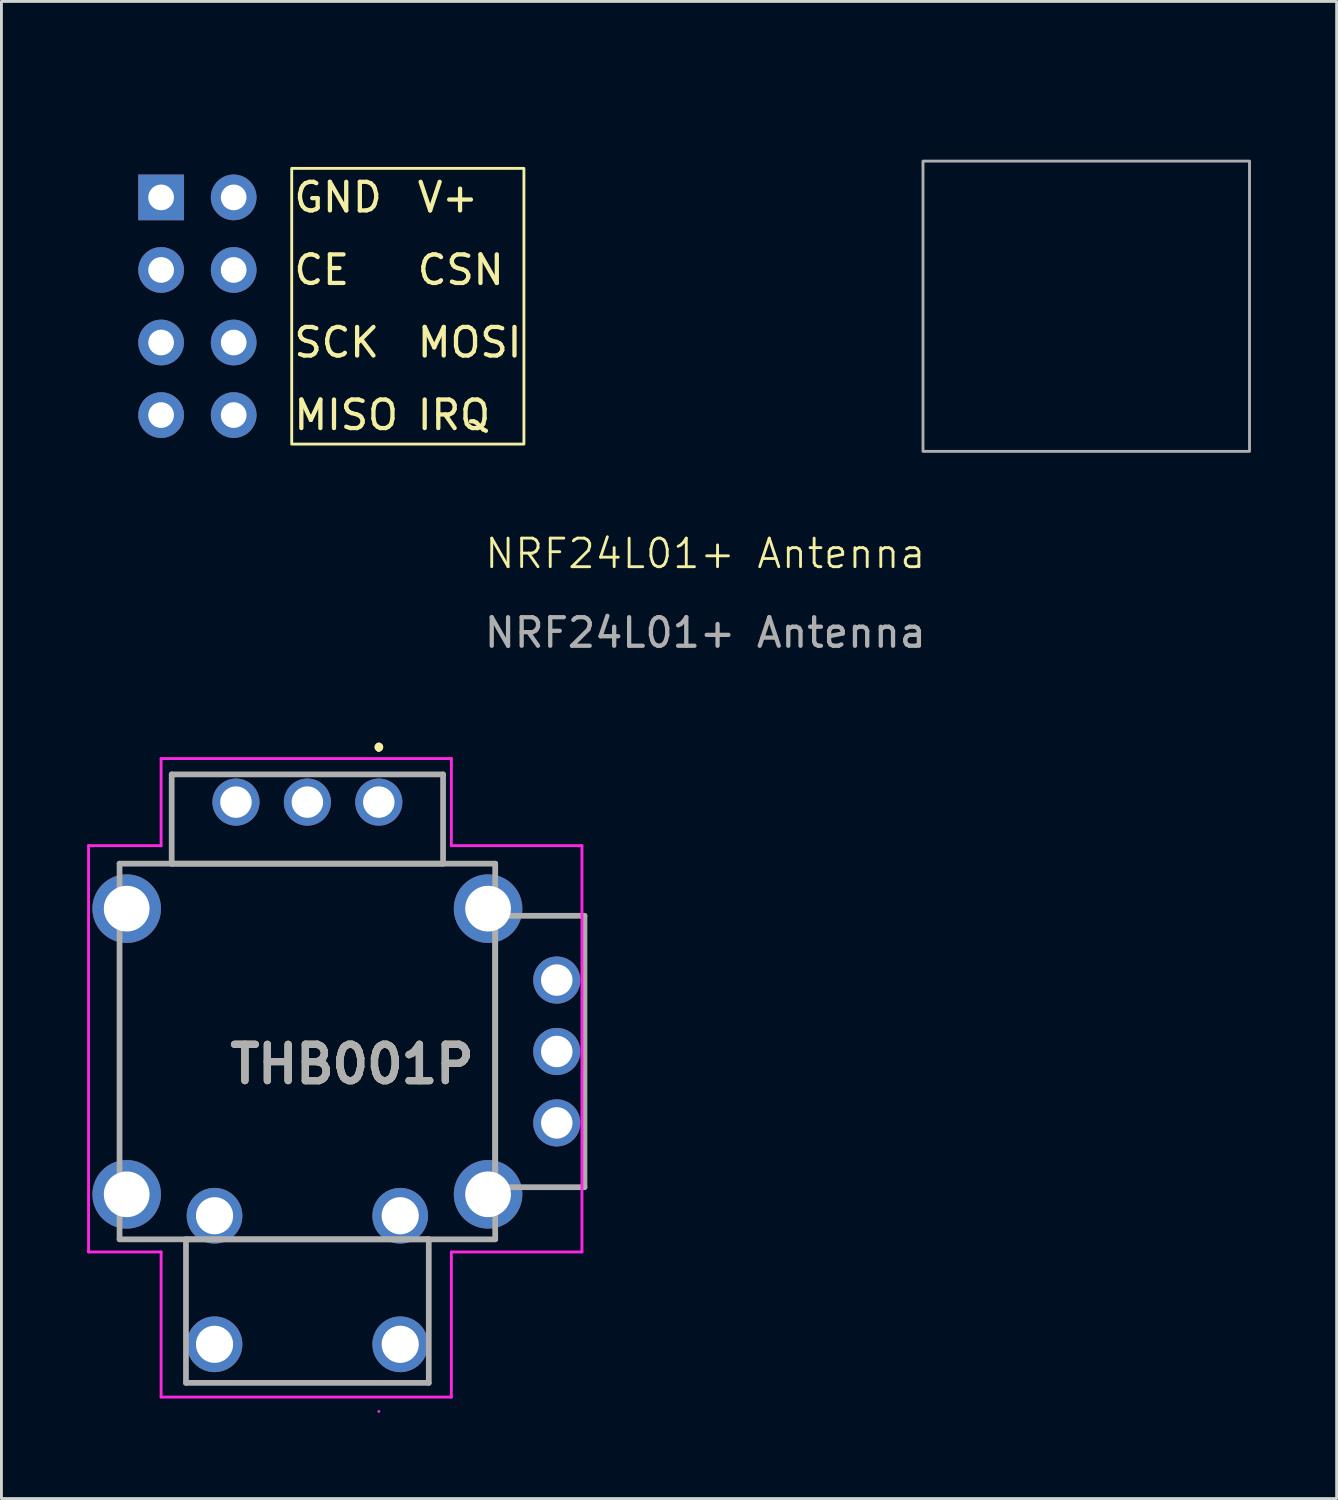
<source format=kicad_pcb>
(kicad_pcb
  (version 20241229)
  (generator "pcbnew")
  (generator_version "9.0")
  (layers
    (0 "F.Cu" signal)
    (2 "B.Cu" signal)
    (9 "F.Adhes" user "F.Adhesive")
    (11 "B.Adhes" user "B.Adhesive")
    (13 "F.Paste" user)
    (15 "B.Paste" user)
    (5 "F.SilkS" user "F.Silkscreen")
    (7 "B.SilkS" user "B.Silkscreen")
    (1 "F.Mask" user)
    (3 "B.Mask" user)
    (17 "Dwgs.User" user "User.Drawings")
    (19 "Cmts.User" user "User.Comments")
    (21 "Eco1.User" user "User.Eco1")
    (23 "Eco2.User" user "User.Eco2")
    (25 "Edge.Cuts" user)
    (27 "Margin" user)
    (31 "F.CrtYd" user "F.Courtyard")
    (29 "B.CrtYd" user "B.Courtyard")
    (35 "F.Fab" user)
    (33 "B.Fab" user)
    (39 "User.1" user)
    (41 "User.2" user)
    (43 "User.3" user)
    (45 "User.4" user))
  (footprint "THB001P"
    (layer "F.Cu")
    (at 10.21 25.028)
    (property "Reference" "THB001P" (at -0.937 9.175 0) (layer "F.SilkS") (effects (font (size 1.27 1.27) (thickness 0.254))))
    (attr through_hole)
    (fp_line (start -9.075 5.73) (end -9.075 5.73) (stroke (width 0.1) (type solid)) (layer "F.SilkS"))
    (fp_line (start -9.075 5.73) (end -9.075 11.73) (stroke (width 0.1) (type solid)) (layer "F.SilkS"))
    (fp_line (start -9.075 11.73) (end -9.075 5.73) (stroke (width 0.1) (type solid)) (layer "F.SilkS"))
    (fp_line (start -9.075 11.73) (end -9.075 11.73) (stroke (width 0.1) (type solid)) (layer "F.SilkS"))
    (fp_line (start -7.25 -0.97) (end -7.25 -0.97) (stroke (width 0.1) (type solid)) (layer "F.SilkS"))
    (fp_line (start -7.25 -0.97) (end -7.25 2.155) (stroke (width 0.1) (type solid)) (layer "F.SilkS"))
    (fp_line (start -7.25 2.155) (end -7.25 -0.97) (stroke (width 0.1) (type solid)) (layer "F.SilkS"))
    (fp_line (start -7.25 2.155) (end -7.25 2.155) (stroke (width 0.1) (type solid)) (layer "F.SilkS"))
    (fp_line (start -7.25 2.155) (end -7.25 2.155) (stroke (width 0.1) (type solid)) (layer "F.SilkS"))
    (fp_line (start -7.25 2.155) (end 2.25 2.155) (stroke (width 0.1) (type solid)) (layer "F.SilkS"))
    (fp_line (start -6.75 2.155) (end -6.75 2.155) (stroke (width 0.1) (type solid)) (layer "F.SilkS"))
    (fp_line (start -6.75 2.155) (end 1.75 2.155) (stroke (width 0.1) (type solid)) (layer "F.SilkS"))
    (fp_line (start -4 15.305) (end -4 15.305) (stroke (width 0.1) (type solid)) (layer "F.SilkS"))
    (fp_line (start -4 15.305) (end -1 15.305) (stroke (width 0.1) (type solid)) (layer "F.SilkS"))
    (fp_line (start -1 15.305) (end -4 15.305) (stroke (width 0.1) (type solid)) (layer "F.SilkS"))
    (fp_line (start -1 15.305) (end -1 15.305) (stroke (width 0.1) (type solid)) (layer "F.SilkS"))
    (fp_line (start 0 -1.87) (end 0 -1.87) (stroke (width 0.2) (type solid)) (layer "F.SilkS"))
    (fp_line (start 0 -1.87) (end 0 -1.87) (stroke (width 0.2) (type solid)) (layer "F.SilkS"))
    (fp_line (start 1.75 2.155) (end -6.75 2.155) (stroke (width 0.1) (type solid)) (layer "F.SilkS"))
    (fp_line (start 1.75 2.155) (end 1.75 2.155) (stroke (width 0.1) (type solid)) (layer "F.SilkS"))
    (fp_line (start 2.25 -0.97) (end 2.25 -0.97) (stroke (width 0.1) (type solid)) (layer "F.SilkS"))
    (fp_line (start 2.25 -0.97) (end 2.25 2.155) (stroke (width 0.1) (type solid)) (layer "F.SilkS"))
    (fp_line (start 2.25 2.155) (end -7.25 2.155) (stroke (width 0.1) (type solid)) (layer "F.SilkS"))
    (fp_line (start 2.25 2.155) (end 2.25 -0.97) (stroke (width 0.1) (type solid)) (layer "F.SilkS"))
    (fp_line (start 2.25 2.155) (end 2.25 2.155) (stroke (width 0.1) (type solid)) (layer "F.SilkS"))
    (fp_line (start 2.25 2.155) (end 2.25 2.155) (stroke (width 0.1) (type solid)) (layer "F.SilkS"))
    (fp_line (start 4.075 5.73) (end 4.075 5.73) (stroke (width 0.1) (type solid)) (layer "F.SilkS"))
    (fp_line (start 4.075 5.73) (end 4.075 5.73) (stroke (width 0.1) (type solid)) (layer "F.SilkS"))
    (fp_line (start 4.075 5.73) (end 4.075 11.73) (stroke (width 0.1) (type solid)) (layer "F.SilkS"))
    (fp_line (start 4.075 5.73) (end 4.075 11.73) (stroke (width 0.1) (type solid)) (layer "F.SilkS"))
    (fp_line (start 4.075 11.73) (end 4.075 5.73) (stroke (width 0.1) (type solid)) (layer "F.SilkS"))
    (fp_line (start 4.075 11.73) (end 4.075 5.73) (stroke (width 0.1) (type solid)) (layer "F.SilkS"))
    (fp_line (start 4.075 11.73) (end 4.075 11.73) (stroke (width 0.1) (type solid)) (layer "F.SilkS"))
    (fp_line (start 4.075 11.73) (end 4.075 11.73) (stroke (width 0.1) (type solid)) (layer "F.SilkS"))
    (fp_line (start 5.825 3.98) (end 5.825 3.98) (stroke (width 0.1) (type solid)) (layer "F.SilkS"))
    (fp_line (start 5.825 3.98) (end 7.2 3.98) (stroke (width 0.1) (type solid)) (layer "F.SilkS"))
    (fp_line (start 5.825 13.48) (end 5.825 13.48) (stroke (width 0.1) (type solid)) (layer "F.SilkS"))
    (fp_line (start 5.825 13.48) (end 7.2 13.48) (stroke (width 0.1) (type solid)) (layer "F.SilkS"))
    (fp_line (start 7.2 3.98) (end 5.825 3.98) (stroke (width 0.1) (type solid)) (layer "F.SilkS"))
    (fp_line (start 7.2 3.98) (end 7.2 3.98) (stroke (width 0.1) (type solid)) (layer "F.SilkS"))
    (fp_line (start 7.2 13.48) (end 5.825 13.48) (stroke (width 0.1) (type solid)) (layer "F.SilkS"))
    (fp_line (start 7.2 13.48) (end 7.2 13.48) (stroke (width 0.1) (type solid)) (layer "F.SilkS"))
    (fp_arc (start 0 -1.98) (mid 0.055 -1.925) (end 0 -1.87) (stroke (width 0.2) (type solid)) (layer "F.SilkS"))
    (fp_arc (start 0 -1.98) (mid 0.055 -1.925) (end 0 -1.87) (stroke (width 0.2) (type solid)) (layer "F.SilkS"))
    (fp_arc (start 0 -1.87) (mid -0.055 -1.925) (end 0 -1.98) (stroke (width 0.2) (type solid)) (layer "F.SilkS"))
    (fp_line (start -10.16 1.524) (end -10.16 15.748) (stroke (width 0.1) (type solid)) (layer "F.CrtYd"))
    (fp_line (start -10.16 1.524) (end -7.62 1.524) (stroke (width 0.1) (type solid)) (layer "F.CrtYd"))
    (fp_line (start -10.16 15.748) (end -7.62 15.748) (stroke (width 0.1) (type solid)) (layer "F.CrtYd"))
    (fp_line (start -7.62 -1.524) (end 2.54 -1.524) (stroke (width 0.1) (type solid)) (layer "F.CrtYd"))
    (fp_line (start -7.62 1.524) (end -7.62 -1.524) (stroke (width 0.1) (type solid)) (layer "F.CrtYd"))
    (fp_line (start -7.62 20.828) (end -7.62 15.748) (stroke (width 0.1) (type solid)) (layer "F.CrtYd"))
    (fp_line (start -7.62 20.828) (end 2.54 20.828) (stroke (width 0.1) (type solid)) (layer "F.CrtYd"))
    (fp_line (start 0 21.33) (end 0 21.33) (stroke (width 0.1) (type solid)) (layer "F.CrtYd"))
    (fp_line (start 2.54 1.524) (end 2.54 -1.524) (stroke (width 0.1) (type solid)) (layer "F.CrtYd"))
    (fp_line (start 2.54 1.524) (end 7.112 1.524) (stroke (width 0.1) (type solid)) (layer "F.CrtYd"))
    (fp_line (start 2.54 15.748) (end 7.112 15.748) (stroke (width 0.1) (type solid)) (layer "F.CrtYd"))
    (fp_line (start 2.54 20.828) (end 2.54 15.748) (stroke (width 0.1) (type solid)) (layer "F.CrtYd"))
    (fp_line (start 7.112 1.524) (end 7.112 15.748) (stroke (width 0.1) (type solid)) (layer "F.CrtYd"))
    (fp_line (start -9.075 2.155) (end -9.075 15.305) (stroke (width 0.2) (type solid)) (layer "F.Fab"))
    (fp_line (start -9.075 15.305) (end 4.075 15.305) (stroke (width 0.2) (type solid)) (layer "F.Fab"))
    (fp_line (start -7.25 -0.97) (end -7.25 2.155) (stroke (width 0.2) (type solid)) (layer "F.Fab"))
    (fp_line (start -7.25 2.155) (end 2.25 2.155) (stroke (width 0.2) (type solid)) (layer "F.Fab"))
    (fp_line (start -6.75 15.305) (end 1.75 15.305) (stroke (width 0.2) (type solid)) (layer "F.Fab"))
    (fp_line (start -6.75 20.33) (end -6.75 15.305) (stroke (width 0.2) (type solid)) (layer "F.Fab"))
    (fp_line (start 1.75 15.305) (end 1.75 20.33) (stroke (width 0.2) (type solid)) (layer "F.Fab"))
    (fp_line (start 1.75 20.33) (end -6.75 20.33) (stroke (width 0.2) (type solid)) (layer "F.Fab"))
    (fp_line (start 2.25 -0.97) (end -7.25 -0.97) (stroke (width 0.2) (type solid)) (layer "F.Fab"))
    (fp_line (start 2.25 2.155) (end 2.25 -0.97) (stroke (width 0.2) (type solid)) (layer "F.Fab"))
    (fp_line (start 4.075 2.155) (end -9.075 2.155) (stroke (width 0.2) (type solid)) (layer "F.Fab"))
    (fp_line (start 4.075 3.98) (end 7.2 3.98) (stroke (width 0.2) (type solid)) (layer "F.Fab"))
    (fp_line (start 4.075 13.48) (end 4.075 3.98) (stroke (width 0.2) (type solid)) (layer "F.Fab"))
    (fp_line (start 4.075 15.305) (end 4.075 2.155) (stroke (width 0.2) (type solid)) (layer "F.Fab"))
    (fp_line (start 7.2 3.98) (end 7.2 13.48) (stroke (width 0.2) (type solid)) (layer "F.Fab"))
    (fp_line (start 7.2 13.48) (end 4.075 13.48) (stroke (width 0.2) (type solid)) (layer "F.Fab"))
    (fp_text user "${REFERENCE}" (at -0.937 9.175 0) (layer "F.Fab") (effects (font (size 1.27 1.27) (thickness 0.254))))
    (pad "1" thru_hole circle (at 0 0) (size 1.65 1.65) (drill 1.1) (layers "*.Cu" "*.Mask"))
    (pad "2" thru_hole circle (at -2.5 0) (size 1.65 1.65) (drill 1.1) (layers "*.Cu" "*.Mask"))
    (pad "3" thru_hole circle (at -5 0) (size 1.65 1.65) (drill 1.1) (layers "*.Cu" "*.Mask"))
    (pad "11" thru_hole circle (at 6.23 11.23) (size 1.65 1.65) (drill 1.1) (layers "*.Cu" "*.Mask"))
    (pad "12" thru_hole circle (at 6.23 8.73) (size 1.65 1.65) (drill 1.1) (layers "*.Cu" "*.Mask"))
    (pad "13" thru_hole circle (at 6.23 6.23) (size 1.65 1.65) (drill 1.1) (layers "*.Cu" "*.Mask"))
    (pad "A1" thru_hole circle (at -5.75 14.48) (size 1.95 1.95) (drill 1.3) (layers "*.Cu" "*.Mask"))
    (pad "B1" thru_hole circle (at 0.75 14.48) (size 1.95 1.95) (drill 1.3) (layers "*.Cu" "*.Mask"))
    (pad "C1" thru_hole circle (at -5.75 18.98) (size 1.95 1.95) (drill 1.3) (layers "*.Cu" "*.Mask"))
    (pad "D1" thru_hole circle (at 0.75 18.98) (size 1.95 1.95) (drill 1.3) (layers "*.Cu" "*.Mask"))
    (pad "MH1" thru_hole circle (at 3.825 3.73) (size 2.4 2.4) (drill 1.6) (layers "*.Cu" "*.Mask"))
    (pad "MH2" thru_hole circle (at -8.825 3.73) (size 2.4 2.4) (drill 1.6) (layers "*.Cu" "*.Mask"))
    (pad "MH3" thru_hole circle (at -8.825 13.73) (size 2.4 2.4) (drill 1.6) (layers "*.Cu" "*.Mask"))
    (pad "MH4" thru_hole circle (at 3.825 13.73) (size 2.4 2.4) (drill 1.6) (layers "*.Cu" "*.Mask")))
  (footprint "NRF24L01+ Antenna"
    (layer "F.Cu")
    (at 2.59 3.86)
    (property "Reference" "NRF24L01+ Antenna" (at 19.05 12.47 0) (unlocked yes) (layer "F.SilkS") (effects (font (size 1 1) (thickness 0.1))))
    (attr through_hole)
    (fp_rect (start 4.572 -1.016) (end 12.7 8.636) (stroke (width 0.1) (type default)) (fill no) (layer "F.SilkS"))
    (fp_rect (start -2.54 -3.81) (end 38.1 11.43) (stroke (width 0.1) (type solid)) (fill no) (layer "Eco1.User"))
    (fp_rect (start 26.67 -1.27) (end 38.1 8.89) (stroke (width 0.1) (type default)) (fill no) (layer "F.Fab"))
    (fp_text user "CE" (at 4.572 2.54 0) (unlocked yes) (layer "F.SilkS") (effects (font (size 1 1) (thickness 0.15)) (justify left)))
    (fp_text user "MISO" (at 4.572 7.62 0) (unlocked yes) (layer "F.SilkS") (effects (font (size 1 1) (thickness 0.15)) (justify left)))
    (fp_text user "SCK" (at 4.572 5.08 0) (unlocked yes) (layer "F.SilkS") (effects (font (size 1 1) (thickness 0.15)) (justify left)))
    (fp_text user "V+" (at 8.89 0 0) (unlocked yes) (layer "F.SilkS") (effects (font (size 1 1) (thickness 0.15)) (justify left)))
    (fp_text user "IRQ" (at 8.89 7.62 0) (unlocked yes) (layer "F.SilkS") (effects (font (size 1 1) (thickness 0.15)) (justify left)))
    (fp_text user "GND" (at 4.572 0 0) (unlocked yes) (layer "F.SilkS") (effects (font (size 1 1) (thickness 0.15)) (justify left)))
    (fp_text user "CSN" (at 8.89 2.54 0) (unlocked yes) (layer "F.SilkS") (effects (font (size 1 1) (thickness 0.15)) (justify left)))
    (fp_text user "MOSI" (at 8.89 5.08 0) (unlocked yes) (layer "F.SilkS") (effects (font (size 1 1) (thickness 0.15)) (justify left)))
    (fp_text user "Antenna" (at 29.21 3.81 0) (unlocked yes) (layer "Eco1.User") (effects (font (size 1 1) (thickness 0.15)) (justify left bottom)))
    (fp_text user "${REFERENCE}" (at 19.05 15.24 0) (unlocked yes) (layer "F.Fab") (effects (font (size 1 1) (thickness 0.15))))
    (pad "1" thru_hole circle (at 2.54 0) (size 1.6 1.6) (drill 0.9) (layers "*.Cu" "*.Mask"))
    (pad "2" thru_hole circle (at 2.54 2.54) (size 1.6 1.6) (drill 0.9) (layers "*.Cu" "*.Mask"))
    (pad "3" thru_hole circle (at 2.54 5.08) (size 1.6 1.6) (drill 0.9) (layers "*.Cu" "*.Mask"))
    (pad "4" thru_hole circle (at 2.54 7.62) (size 1.6 1.6) (drill 0.9) (layers "*.Cu" "*.Mask"))
    (pad "5" thru_hole circle (at 0 7.62) (size 1.6 1.6) (drill 0.9) (layers "*.Cu" "*.Mask"))
    (pad "6" thru_hole circle (at 0 5.08) (size 1.6 1.6) (drill 0.9) (layers "*.Cu" "*.Mask"))
    (pad "7" thru_hole circle (at 0 2.54) (size 1.6 1.6) (drill 0.9) (layers "*.Cu" "*.Mask"))
    (pad "8" thru_hole rect (at 0 0) (size 1.6 1.6) (drill 0.9) (layers "*.Cu" "*.Mask")))
  (gr_rect
    (start -3 -3)
    (end 43.74 49.408)
    (stroke (width 0.1) (type default))
    (fill no)
    (layer "Edge.Cuts")))
</source>
